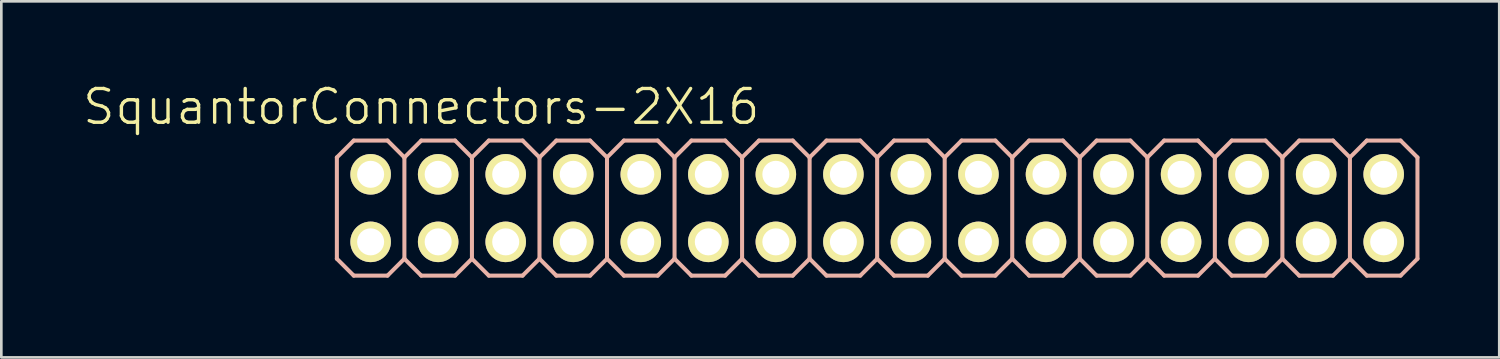
<source format=kicad_pcb>
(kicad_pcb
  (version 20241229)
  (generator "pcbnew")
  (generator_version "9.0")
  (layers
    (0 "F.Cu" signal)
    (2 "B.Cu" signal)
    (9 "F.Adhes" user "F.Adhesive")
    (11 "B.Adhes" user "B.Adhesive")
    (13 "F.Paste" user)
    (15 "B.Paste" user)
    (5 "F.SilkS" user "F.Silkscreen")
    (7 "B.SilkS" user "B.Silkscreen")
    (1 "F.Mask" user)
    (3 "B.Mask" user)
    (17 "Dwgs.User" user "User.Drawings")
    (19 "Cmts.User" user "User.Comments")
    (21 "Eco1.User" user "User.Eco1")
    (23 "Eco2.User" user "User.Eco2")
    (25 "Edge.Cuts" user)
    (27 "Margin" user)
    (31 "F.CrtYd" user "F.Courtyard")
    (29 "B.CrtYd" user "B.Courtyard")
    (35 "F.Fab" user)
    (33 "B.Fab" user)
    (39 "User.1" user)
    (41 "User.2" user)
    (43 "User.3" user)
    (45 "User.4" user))
  (footprint "SquantorConnectors-2X16"
    (layer "F.Cu")
    (at 29.939 4.776)
    (property "Reference" "SquantorConnectors-2X16" (at -17.145 -3.81 0) (layer "F.SilkS") (effects (font (size 1.27 1.27) (thickness 0.127))))
    (attr exclude_from_pos_files exclude_from_bom)
    (fp_line (start -19.304 -1.524) (end -18.796 -1.524) (stroke (width 0.066) (type solid)) (layer "F.SilkS"))
    (fp_line (start -19.304 -1.016) (end -19.304 -1.524) (stroke (width 0.066) (type solid)) (layer "F.SilkS"))
    (fp_line (start -19.304 -1.016) (end -18.796 -1.016) (stroke (width 0.066) (type solid)) (layer "F.SilkS"))
    (fp_line (start -19.304 1.016) (end -18.796 1.016) (stroke (width 0.066) (type solid)) (layer "F.SilkS"))
    (fp_line (start -19.304 1.524) (end -19.304 1.016) (stroke (width 0.066) (type solid)) (layer "F.SilkS"))
    (fp_line (start -19.304 1.524) (end -18.796 1.524) (stroke (width 0.066) (type solid)) (layer "F.SilkS"))
    (fp_line (start -18.796 -1.016) (end -18.796 -1.524) (stroke (width 0.066) (type solid)) (layer "F.SilkS"))
    (fp_line (start -18.796 1.524) (end -18.796 1.016) (stroke (width 0.066) (type solid)) (layer "F.SilkS"))
    (fp_line (start -16.764 -1.524) (end -16.256 -1.524) (stroke (width 0.066) (type solid)) (layer "F.SilkS"))
    (fp_line (start -16.764 -1.016) (end -16.764 -1.524) (stroke (width 0.066) (type solid)) (layer "F.SilkS"))
    (fp_line (start -16.764 -1.016) (end -16.256 -1.016) (stroke (width 0.066) (type solid)) (layer "F.SilkS"))
    (fp_line (start -16.764 1.016) (end -16.256 1.016) (stroke (width 0.066) (type solid)) (layer "F.SilkS"))
    (fp_line (start -16.764 1.524) (end -16.764 1.016) (stroke (width 0.066) (type solid)) (layer "F.SilkS"))
    (fp_line (start -16.764 1.524) (end -16.256 1.524) (stroke (width 0.066) (type solid)) (layer "F.SilkS"))
    (fp_line (start -16.256 -1.016) (end -16.256 -1.524) (stroke (width 0.066) (type solid)) (layer "F.SilkS"))
    (fp_line (start -16.256 1.524) (end -16.256 1.016) (stroke (width 0.066) (type solid)) (layer "F.SilkS"))
    (fp_line (start -14.224 -1.524) (end -13.716 -1.524) (stroke (width 0.066) (type solid)) (layer "F.SilkS"))
    (fp_line (start -14.224 -1.016) (end -14.224 -1.524) (stroke (width 0.066) (type solid)) (layer "F.SilkS"))
    (fp_line (start -14.224 -1.016) (end -13.716 -1.016) (stroke (width 0.066) (type solid)) (layer "F.SilkS"))
    (fp_line (start -14.224 1.016) (end -13.716 1.016) (stroke (width 0.066) (type solid)) (layer "F.SilkS"))
    (fp_line (start -14.224 1.524) (end -14.224 1.016) (stroke (width 0.066) (type solid)) (layer "F.SilkS"))
    (fp_line (start -14.224 1.524) (end -13.716 1.524) (stroke (width 0.066) (type solid)) (layer "F.SilkS"))
    (fp_line (start -13.716 -1.016) (end -13.716 -1.524) (stroke (width 0.066) (type solid)) (layer "F.SilkS"))
    (fp_line (start -13.716 1.524) (end -13.716 1.016) (stroke (width 0.066) (type solid)) (layer "F.SilkS"))
    (fp_line (start -11.684 -1.524) (end -11.176 -1.524) (stroke (width 0.066) (type solid)) (layer "F.SilkS"))
    (fp_line (start -11.684 -1.016) (end -11.684 -1.524) (stroke (width 0.066) (type solid)) (layer "F.SilkS"))
    (fp_line (start -11.684 -1.016) (end -11.176 -1.016) (stroke (width 0.066) (type solid)) (layer "F.SilkS"))
    (fp_line (start -11.684 1.016) (end -11.176 1.016) (stroke (width 0.066) (type solid)) (layer "F.SilkS"))
    (fp_line (start -11.684 1.524) (end -11.684 1.016) (stroke (width 0.066) (type solid)) (layer "F.SilkS"))
    (fp_line (start -11.684 1.524) (end -11.176 1.524) (stroke (width 0.066) (type solid)) (layer "F.SilkS"))
    (fp_line (start -11.176 -1.016) (end -11.176 -1.524) (stroke (width 0.066) (type solid)) (layer "F.SilkS"))
    (fp_line (start -11.176 1.524) (end -11.176 1.016) (stroke (width 0.066) (type solid)) (layer "F.SilkS"))
    (fp_line (start -9.144 -1.524) (end -8.636 -1.524) (stroke (width 0.066) (type solid)) (layer "F.SilkS"))
    (fp_line (start -9.144 -1.016) (end -9.144 -1.524) (stroke (width 0.066) (type solid)) (layer "F.SilkS"))
    (fp_line (start -9.144 -1.016) (end -8.636 -1.016) (stroke (width 0.066) (type solid)) (layer "F.SilkS"))
    (fp_line (start -9.144 1.016) (end -8.636 1.016) (stroke (width 0.066) (type solid)) (layer "F.SilkS"))
    (fp_line (start -9.144 1.524) (end -9.144 1.016) (stroke (width 0.066) (type solid)) (layer "F.SilkS"))
    (fp_line (start -9.144 1.524) (end -8.636 1.524) (stroke (width 0.066) (type solid)) (layer "F.SilkS"))
    (fp_line (start -8.636 -1.016) (end -8.636 -1.524) (stroke (width 0.066) (type solid)) (layer "F.SilkS"))
    (fp_line (start -8.636 1.524) (end -8.636 1.016) (stroke (width 0.066) (type solid)) (layer "F.SilkS"))
    (fp_line (start -6.604 -1.524) (end -6.096 -1.524) (stroke (width 0.066) (type solid)) (layer "F.SilkS"))
    (fp_line (start -6.604 -1.016) (end -6.604 -1.524) (stroke (width 0.066) (type solid)) (layer "F.SilkS"))
    (fp_line (start -6.604 -1.016) (end -6.096 -1.016) (stroke (width 0.066) (type solid)) (layer "F.SilkS"))
    (fp_line (start -6.604 1.016) (end -6.096 1.016) (stroke (width 0.066) (type solid)) (layer "F.SilkS"))
    (fp_line (start -6.604 1.524) (end -6.604 1.016) (stroke (width 0.066) (type solid)) (layer "F.SilkS"))
    (fp_line (start -6.604 1.524) (end -6.096 1.524) (stroke (width 0.066) (type solid)) (layer "F.SilkS"))
    (fp_line (start -6.096 -1.016) (end -6.096 -1.524) (stroke (width 0.066) (type solid)) (layer "F.SilkS"))
    (fp_line (start -6.096 1.524) (end -6.096 1.016) (stroke (width 0.066) (type solid)) (layer "F.SilkS"))
    (fp_line (start -4.064 -1.524) (end -3.556 -1.524) (stroke (width 0.066) (type solid)) (layer "F.SilkS"))
    (fp_line (start -4.064 -1.016) (end -4.064 -1.524) (stroke (width 0.066) (type solid)) (layer "F.SilkS"))
    (fp_line (start -4.064 -1.016) (end -3.556 -1.016) (stroke (width 0.066) (type solid)) (layer "F.SilkS"))
    (fp_line (start -4.064 1.016) (end -3.556 1.016) (stroke (width 0.066) (type solid)) (layer "F.SilkS"))
    (fp_line (start -4.064 1.524) (end -4.064 1.016) (stroke (width 0.066) (type solid)) (layer "F.SilkS"))
    (fp_line (start -4.064 1.524) (end -3.556 1.524) (stroke (width 0.066) (type solid)) (layer "F.SilkS"))
    (fp_line (start -3.556 -1.016) (end -3.556 -1.524) (stroke (width 0.066) (type solid)) (layer "F.SilkS"))
    (fp_line (start -3.556 1.524) (end -3.556 1.016) (stroke (width 0.066) (type solid)) (layer "F.SilkS"))
    (fp_line (start -1.524 -1.524) (end -1.016 -1.524) (stroke (width 0.066) (type solid)) (layer "F.SilkS"))
    (fp_line (start -1.524 -1.016) (end -1.524 -1.524) (stroke (width 0.066) (type solid)) (layer "F.SilkS"))
    (fp_line (start -1.524 -1.016) (end -1.016 -1.016) (stroke (width 0.066) (type solid)) (layer "F.SilkS"))
    (fp_line (start -1.524 1.016) (end -1.016 1.016) (stroke (width 0.066) (type solid)) (layer "F.SilkS"))
    (fp_line (start -1.524 1.524) (end -1.524 1.016) (stroke (width 0.066) (type solid)) (layer "F.SilkS"))
    (fp_line (start -1.524 1.524) (end -1.016 1.524) (stroke (width 0.066) (type solid)) (layer "F.SilkS"))
    (fp_line (start -1.016 -1.016) (end -1.016 -1.524) (stroke (width 0.066) (type solid)) (layer "F.SilkS"))
    (fp_line (start -1.016 1.524) (end -1.016 1.016) (stroke (width 0.066) (type solid)) (layer "F.SilkS"))
    (fp_line (start 1.016 -1.524) (end 1.524 -1.524) (stroke (width 0.066) (type solid)) (layer "F.SilkS"))
    (fp_line (start 1.016 -1.016) (end 1.016 -1.524) (stroke (width 0.066) (type solid)) (layer "F.SilkS"))
    (fp_line (start 1.016 -1.016) (end 1.524 -1.016) (stroke (width 0.066) (type solid)) (layer "F.SilkS"))
    (fp_line (start 1.016 1.016) (end 1.524 1.016) (stroke (width 0.066) (type solid)) (layer "F.SilkS"))
    (fp_line (start 1.016 1.524) (end 1.016 1.016) (stroke (width 0.066) (type solid)) (layer "F.SilkS"))
    (fp_line (start 1.016 1.524) (end 1.524 1.524) (stroke (width 0.066) (type solid)) (layer "F.SilkS"))
    (fp_line (start 1.524 -1.016) (end 1.524 -1.524) (stroke (width 0.066) (type solid)) (layer "F.SilkS"))
    (fp_line (start 1.524 1.524) (end 1.524 1.016) (stroke (width 0.066) (type solid)) (layer "F.SilkS"))
    (fp_line (start 3.556 -1.524) (end 4.064 -1.524) (stroke (width 0.066) (type solid)) (layer "F.SilkS"))
    (fp_line (start 3.556 -1.016) (end 3.556 -1.524) (stroke (width 0.066) (type solid)) (layer "F.SilkS"))
    (fp_line (start 3.556 -1.016) (end 4.064 -1.016) (stroke (width 0.066) (type solid)) (layer "F.SilkS"))
    (fp_line (start 3.556 1.016) (end 4.064 1.016) (stroke (width 0.066) (type solid)) (layer "F.SilkS"))
    (fp_line (start 3.556 1.524) (end 3.556 1.016) (stroke (width 0.066) (type solid)) (layer "F.SilkS"))
    (fp_line (start 3.556 1.524) (end 4.064 1.524) (stroke (width 0.066) (type solid)) (layer "F.SilkS"))
    (fp_line (start 4.064 -1.016) (end 4.064 -1.524) (stroke (width 0.066) (type solid)) (layer "F.SilkS"))
    (fp_line (start 4.064 1.524) (end 4.064 1.016) (stroke (width 0.066) (type solid)) (layer "F.SilkS"))
    (fp_line (start 6.096 -1.524) (end 6.604 -1.524) (stroke (width 0.066) (type solid)) (layer "F.SilkS"))
    (fp_line (start 6.096 -1.016) (end 6.096 -1.524) (stroke (width 0.066) (type solid)) (layer "F.SilkS"))
    (fp_line (start 6.096 -1.016) (end 6.604 -1.016) (stroke (width 0.066) (type solid)) (layer "F.SilkS"))
    (fp_line (start 6.096 1.016) (end 6.604 1.016) (stroke (width 0.066) (type solid)) (layer "F.SilkS"))
    (fp_line (start 6.096 1.524) (end 6.096 1.016) (stroke (width 0.066) (type solid)) (layer "F.SilkS"))
    (fp_line (start 6.096 1.524) (end 6.604 1.524) (stroke (width 0.066) (type solid)) (layer "F.SilkS"))
    (fp_line (start 6.604 -1.016) (end 6.604 -1.524) (stroke (width 0.066) (type solid)) (layer "F.SilkS"))
    (fp_line (start 6.604 1.524) (end 6.604 1.016) (stroke (width 0.066) (type solid)) (layer "F.SilkS"))
    (fp_line (start 8.636 -1.524) (end 9.144 -1.524) (stroke (width 0.066) (type solid)) (layer "F.SilkS"))
    (fp_line (start 8.636 -1.016) (end 8.636 -1.524) (stroke (width 0.066) (type solid)) (layer "F.SilkS"))
    (fp_line (start 8.636 -1.016) (end 9.144 -1.016) (stroke (width 0.066) (type solid)) (layer "F.SilkS"))
    (fp_line (start 8.636 1.016) (end 9.144 1.016) (stroke (width 0.066) (type solid)) (layer "F.SilkS"))
    (fp_line (start 8.636 1.524) (end 8.636 1.016) (stroke (width 0.066) (type solid)) (layer "F.SilkS"))
    (fp_line (start 8.636 1.524) (end 9.144 1.524) (stroke (width 0.066) (type solid)) (layer "F.SilkS"))
    (fp_line (start 9.144 -1.016) (end 9.144 -1.524) (stroke (width 0.066) (type solid)) (layer "F.SilkS"))
    (fp_line (start 9.144 1.524) (end 9.144 1.016) (stroke (width 0.066) (type solid)) (layer "F.SilkS"))
    (fp_line (start 11.176 -1.524) (end 11.684 -1.524) (stroke (width 0.066) (type solid)) (layer "F.SilkS"))
    (fp_line (start 11.176 -1.016) (end 11.176 -1.524) (stroke (width 0.066) (type solid)) (layer "F.SilkS"))
    (fp_line (start 11.176 -1.016) (end 11.684 -1.016) (stroke (width 0.066) (type solid)) (layer "F.SilkS"))
    (fp_line (start 11.176 1.016) (end 11.684 1.016) (stroke (width 0.066) (type solid)) (layer "F.SilkS"))
    (fp_line (start 11.176 1.524) (end 11.176 1.016) (stroke (width 0.066) (type solid)) (layer "F.SilkS"))
    (fp_line (start 11.176 1.524) (end 11.684 1.524) (stroke (width 0.066) (type solid)) (layer "F.SilkS"))
    (fp_line (start 11.684 -1.016) (end 11.684 -1.524) (stroke (width 0.066) (type solid)) (layer "F.SilkS"))
    (fp_line (start 11.684 1.524) (end 11.684 1.016) (stroke (width 0.066) (type solid)) (layer "F.SilkS"))
    (fp_line (start 13.716 -1.524) (end 14.224 -1.524) (stroke (width 0.066) (type solid)) (layer "F.SilkS"))
    (fp_line (start 13.716 -1.016) (end 13.716 -1.524) (stroke (width 0.066) (type solid)) (layer "F.SilkS"))
    (fp_line (start 13.716 -1.016) (end 14.224 -1.016) (stroke (width 0.066) (type solid)) (layer "F.SilkS"))
    (fp_line (start 13.716 1.016) (end 14.224 1.016) (stroke (width 0.066) (type solid)) (layer "F.SilkS"))
    (fp_line (start 13.716 1.524) (end 13.716 1.016) (stroke (width 0.066) (type solid)) (layer "F.SilkS"))
    (fp_line (start 13.716 1.524) (end 14.224 1.524) (stroke (width 0.066) (type solid)) (layer "F.SilkS"))
    (fp_line (start 14.224 -1.016) (end 14.224 -1.524) (stroke (width 0.066) (type solid)) (layer "F.SilkS"))
    (fp_line (start 14.224 1.524) (end 14.224 1.016) (stroke (width 0.066) (type solid)) (layer "F.SilkS"))
    (fp_line (start 16.256 -1.524) (end 16.764 -1.524) (stroke (width 0.066) (type solid)) (layer "F.SilkS"))
    (fp_line (start 16.256 -1.016) (end 16.256 -1.524) (stroke (width 0.066) (type solid)) (layer "F.SilkS"))
    (fp_line (start 16.256 -1.016) (end 16.764 -1.016) (stroke (width 0.066) (type solid)) (layer "F.SilkS"))
    (fp_line (start 16.256 1.016) (end 16.764 1.016) (stroke (width 0.066) (type solid)) (layer "F.SilkS"))
    (fp_line (start 16.256 1.524) (end 16.256 1.016) (stroke (width 0.066) (type solid)) (layer "F.SilkS"))
    (fp_line (start 16.256 1.524) (end 16.764 1.524) (stroke (width 0.066) (type solid)) (layer "F.SilkS"))
    (fp_line (start 16.764 -1.016) (end 16.764 -1.524) (stroke (width 0.066) (type solid)) (layer "F.SilkS"))
    (fp_line (start 16.764 1.524) (end 16.764 1.016) (stroke (width 0.066) (type solid)) (layer "F.SilkS"))
    (fp_line (start 18.796 -1.524) (end 19.304 -1.524) (stroke (width 0.066) (type solid)) (layer "F.SilkS"))
    (fp_line (start 18.796 -1.016) (end 18.796 -1.524) (stroke (width 0.066) (type solid)) (layer "F.SilkS"))
    (fp_line (start 18.796 -1.016) (end 19.304 -1.016) (stroke (width 0.066) (type solid)) (layer "F.SilkS"))
    (fp_line (start 18.796 1.016) (end 19.304 1.016) (stroke (width 0.066) (type solid)) (layer "F.SilkS"))
    (fp_line (start 18.796 1.524) (end 18.796 1.016) (stroke (width 0.066) (type solid)) (layer "F.SilkS"))
    (fp_line (start 18.796 1.524) (end 19.304 1.524) (stroke (width 0.066) (type solid)) (layer "F.SilkS"))
    (fp_line (start 19.304 -1.016) (end 19.304 -1.524) (stroke (width 0.066) (type solid)) (layer "F.SilkS"))
    (fp_line (start 19.304 1.524) (end 19.304 1.016) (stroke (width 0.066) (type solid)) (layer "F.SilkS"))
    (fp_line (start -20.32 -1.905) (end -19.685 -2.54) (stroke (width 0.152) (type solid)) (layer "B.SilkS"))
    (fp_line (start -20.32 1.905) (end -20.32 -1.905) (stroke (width 0.152) (type solid)) (layer "B.SilkS"))
    (fp_line (start -20.32 1.905) (end -19.685 2.54) (stroke (width 0.152) (type solid)) (layer "B.SilkS"))
    (fp_line (start -19.685 -2.54) (end -18.415 -2.54) (stroke (width 0.152) (type solid)) (layer "B.SilkS"))
    (fp_line (start -19.685 2.54) (end -18.415 2.54) (stroke (width 0.152) (type solid)) (layer "B.SilkS"))
    (fp_line (start -18.415 -2.54) (end -17.78 -1.905) (stroke (width 0.152) (type solid)) (layer "B.SilkS"))
    (fp_line (start -18.415 2.54) (end -17.78 1.905) (stroke (width 0.152) (type solid)) (layer "B.SilkS"))
    (fp_line (start -17.78 -1.905) (end -17.78 1.905) (stroke (width 0.152) (type solid)) (layer "B.SilkS"))
    (fp_line (start -17.78 -1.905) (end -17.145 -2.54) (stroke (width 0.152) (type solid)) (layer "B.SilkS"))
    (fp_line (start -17.78 1.905) (end -17.145 2.54) (stroke (width 0.152) (type solid)) (layer "B.SilkS"))
    (fp_line (start -17.145 -2.54) (end -15.875 -2.54) (stroke (width 0.152) (type solid)) (layer "B.SilkS"))
    (fp_line (start -17.145 2.54) (end -15.875 2.54) (stroke (width 0.152) (type solid)) (layer "B.SilkS"))
    (fp_line (start -15.875 -2.54) (end -15.24 -1.905) (stroke (width 0.152) (type solid)) (layer "B.SilkS"))
    (fp_line (start -15.875 2.54) (end -15.24 1.905) (stroke (width 0.152) (type solid)) (layer "B.SilkS"))
    (fp_line (start -15.24 -1.905) (end -15.24 1.905) (stroke (width 0.152) (type solid)) (layer "B.SilkS"))
    (fp_line (start -15.24 -1.905) (end -14.605 -2.54) (stroke (width 0.152) (type solid)) (layer "B.SilkS"))
    (fp_line (start -15.24 1.905) (end -14.605 2.54) (stroke (width 0.152) (type solid)) (layer "B.SilkS"))
    (fp_line (start -14.605 -2.54) (end -13.335 -2.54) (stroke (width 0.152) (type solid)) (layer "B.SilkS"))
    (fp_line (start -14.605 2.54) (end -13.335 2.54) (stroke (width 0.152) (type solid)) (layer "B.SilkS"))
    (fp_line (start -13.335 -2.54) (end -12.7 -1.905) (stroke (width 0.152) (type solid)) (layer "B.SilkS"))
    (fp_line (start -13.335 2.54) (end -12.7 1.905) (stroke (width 0.152) (type solid)) (layer "B.SilkS"))
    (fp_line (start -12.7 -1.905) (end -12.7 1.905) (stroke (width 0.152) (type solid)) (layer "B.SilkS"))
    (fp_line (start -12.7 -1.905) (end -12.065 -2.54) (stroke (width 0.152) (type solid)) (layer "B.SilkS"))
    (fp_line (start -12.7 1.905) (end -12.065 2.54) (stroke (width 0.152) (type solid)) (layer "B.SilkS"))
    (fp_line (start -12.065 -2.54) (end -10.795 -2.54) (stroke (width 0.152) (type solid)) (layer "B.SilkS"))
    (fp_line (start -12.065 2.54) (end -10.795 2.54) (stroke (width 0.152) (type solid)) (layer "B.SilkS"))
    (fp_line (start -10.795 -2.54) (end -10.16 -1.905) (stroke (width 0.152) (type solid)) (layer "B.SilkS"))
    (fp_line (start -10.795 2.54) (end -10.16 1.905) (stroke (width 0.152) (type solid)) (layer "B.SilkS"))
    (fp_line (start -10.16 -1.905) (end -10.16 1.905) (stroke (width 0.152) (type solid)) (layer "B.SilkS"))
    (fp_line (start -10.16 -1.905) (end -9.525 -2.54) (stroke (width 0.152) (type solid)) (layer "B.SilkS"))
    (fp_line (start -10.16 1.905) (end -9.525 2.54) (stroke (width 0.152) (type solid)) (layer "B.SilkS"))
    (fp_line (start -9.525 -2.54) (end -8.255 -2.54) (stroke (width 0.152) (type solid)) (layer "B.SilkS"))
    (fp_line (start -9.525 2.54) (end -8.255 2.54) (stroke (width 0.152) (type solid)) (layer "B.SilkS"))
    (fp_line (start -8.255 -2.54) (end -7.62 -1.905) (stroke (width 0.152) (type solid)) (layer "B.SilkS"))
    (fp_line (start -8.255 2.54) (end -7.62 1.905) (stroke (width 0.152) (type solid)) (layer "B.SilkS"))
    (fp_line (start -7.62 -1.905) (end -7.62 1.905) (stroke (width 0.152) (type solid)) (layer "B.SilkS"))
    (fp_line (start -7.62 -1.905) (end -6.985 -2.54) (stroke (width 0.152) (type solid)) (layer "B.SilkS"))
    (fp_line (start -7.62 1.905) (end -6.985 2.54) (stroke (width 0.152) (type solid)) (layer "B.SilkS"))
    (fp_line (start -6.985 -2.54) (end -5.715 -2.54) (stroke (width 0.152) (type solid)) (layer "B.SilkS"))
    (fp_line (start -6.985 2.54) (end -5.715 2.54) (stroke (width 0.152) (type solid)) (layer "B.SilkS"))
    (fp_line (start -5.715 -2.54) (end -5.08 -1.905) (stroke (width 0.152) (type solid)) (layer "B.SilkS"))
    (fp_line (start -5.715 2.54) (end -5.08 1.905) (stroke (width 0.152) (type solid)) (layer "B.SilkS"))
    (fp_line (start -5.08 -1.905) (end -5.08 1.905) (stroke (width 0.152) (type solid)) (layer "B.SilkS"))
    (fp_line (start -5.08 -1.905) (end -4.445 -2.54) (stroke (width 0.152) (type solid)) (layer "B.SilkS"))
    (fp_line (start -5.08 1.905) (end -4.445 2.54) (stroke (width 0.152) (type solid)) (layer "B.SilkS"))
    (fp_line (start -4.445 -2.54) (end -3.175 -2.54) (stroke (width 0.152) (type solid)) (layer "B.SilkS"))
    (fp_line (start -3.175 -2.54) (end -2.54 -1.905) (stroke (width 0.152) (type solid)) (layer "B.SilkS"))
    (fp_line (start -3.175 2.54) (end -4.445 2.54) (stroke (width 0.152) (type solid)) (layer "B.SilkS"))
    (fp_line (start -2.54 -1.905) (end -2.54 1.905) (stroke (width 0.152) (type solid)) (layer "B.SilkS"))
    (fp_line (start -2.54 -1.905) (end -1.905 -2.54) (stroke (width 0.152) (type solid)) (layer "B.SilkS"))
    (fp_line (start -2.54 1.905) (end -3.175 2.54) (stroke (width 0.152) (type solid)) (layer "B.SilkS"))
    (fp_line (start -2.54 1.905) (end -1.905 2.54) (stroke (width 0.152) (type solid)) (layer "B.SilkS"))
    (fp_line (start -1.905 -2.54) (end -0.635 -2.54) (stroke (width 0.152) (type solid)) (layer "B.SilkS"))
    (fp_line (start -0.635 -2.54) (end 0 -1.905) (stroke (width 0.152) (type solid)) (layer "B.SilkS"))
    (fp_line (start -0.635 2.54) (end -1.905 2.54) (stroke (width 0.152) (type solid)) (layer "B.SilkS"))
    (fp_line (start 0 -1.905) (end 0 1.905) (stroke (width 0.152) (type solid)) (layer "B.SilkS"))
    (fp_line (start 0 -1.905) (end 0.635 -2.54) (stroke (width 0.152) (type solid)) (layer "B.SilkS"))
    (fp_line (start 0 1.905) (end -0.635 2.54) (stroke (width 0.152) (type solid)) (layer "B.SilkS"))
    (fp_line (start 0 1.905) (end 0.635 2.54) (stroke (width 0.152) (type solid)) (layer "B.SilkS"))
    (fp_line (start 0.635 -2.54) (end 1.905 -2.54) (stroke (width 0.152) (type solid)) (layer "B.SilkS"))
    (fp_line (start 1.905 -2.54) (end 2.54 -1.905) (stroke (width 0.152) (type solid)) (layer "B.SilkS"))
    (fp_line (start 1.905 2.54) (end 0.635 2.54) (stroke (width 0.152) (type solid)) (layer "B.SilkS"))
    (fp_line (start 2.54 -1.905) (end 2.54 1.905) (stroke (width 0.152) (type solid)) (layer "B.SilkS"))
    (fp_line (start 2.54 -1.905) (end 3.175 -2.54) (stroke (width 0.152) (type solid)) (layer "B.SilkS"))
    (fp_line (start 2.54 1.905) (end 1.905 2.54) (stroke (width 0.152) (type solid)) (layer "B.SilkS"))
    (fp_line (start 2.54 1.905) (end 3.175 2.54) (stroke (width 0.152) (type solid)) (layer "B.SilkS"))
    (fp_line (start 3.175 -2.54) (end 4.445 -2.54) (stroke (width 0.152) (type solid)) (layer "B.SilkS"))
    (fp_line (start 4.445 -2.54) (end 5.08 -1.905) (stroke (width 0.152) (type solid)) (layer "B.SilkS"))
    (fp_line (start 4.445 2.54) (end 3.175 2.54) (stroke (width 0.152) (type solid)) (layer "B.SilkS"))
    (fp_line (start 5.08 -1.905) (end 5.08 1.905) (stroke (width 0.152) (type solid)) (layer "B.SilkS"))
    (fp_line (start 5.08 -1.905) (end 5.715 -2.54) (stroke (width 0.152) (type solid)) (layer "B.SilkS"))
    (fp_line (start 5.08 1.905) (end 4.445 2.54) (stroke (width 0.152) (type solid)) (layer "B.SilkS"))
    (fp_line (start 5.08 1.905) (end 5.715 2.54) (stroke (width 0.152) (type solid)) (layer "B.SilkS"))
    (fp_line (start 5.715 -2.54) (end 6.985 -2.54) (stroke (width 0.152) (type solid)) (layer "B.SilkS"))
    (fp_line (start 6.985 -2.54) (end 7.62 -1.905) (stroke (width 0.152) (type solid)) (layer "B.SilkS"))
    (fp_line (start 6.985 2.54) (end 5.715 2.54) (stroke (width 0.152) (type solid)) (layer "B.SilkS"))
    (fp_line (start 7.62 -1.905) (end 7.62 1.905) (stroke (width 0.152) (type solid)) (layer "B.SilkS"))
    (fp_line (start 7.62 -1.905) (end 8.255 -2.54) (stroke (width 0.152) (type solid)) (layer "B.SilkS"))
    (fp_line (start 7.62 1.905) (end 6.985 2.54) (stroke (width 0.152) (type solid)) (layer "B.SilkS"))
    (fp_line (start 7.62 1.905) (end 8.255 2.54) (stroke (width 0.152) (type solid)) (layer "B.SilkS"))
    (fp_line (start 8.255 -2.54) (end 9.525 -2.54) (stroke (width 0.152) (type solid)) (layer "B.SilkS"))
    (fp_line (start 9.525 2.54) (end 8.255 2.54) (stroke (width 0.152) (type solid)) (layer "B.SilkS"))
    (fp_line (start 10.16 -1.905) (end 9.525 -2.54) (stroke (width 0.152) (type solid)) (layer "B.SilkS"))
    (fp_line (start 10.16 -1.905) (end 10.16 1.905) (stroke (width 0.152) (type solid)) (layer "B.SilkS"))
    (fp_line (start 10.16 -1.905) (end 10.795 -2.54) (stroke (width 0.152) (type solid)) (layer "B.SilkS"))
    (fp_line (start 10.16 1.905) (end 9.525 2.54) (stroke (width 0.152) (type solid)) (layer "B.SilkS"))
    (fp_line (start 10.16 1.905) (end 10.795 2.54) (stroke (width 0.152) (type solid)) (layer "B.SilkS"))
    (fp_line (start 12.065 -2.54) (end 10.795 -2.54) (stroke (width 0.152) (type solid)) (layer "B.SilkS"))
    (fp_line (start 12.065 -2.54) (end 12.7 -1.905) (stroke (width 0.152) (type solid)) (layer "B.SilkS"))
    (fp_line (start 12.065 2.54) (end 10.795 2.54) (stroke (width 0.152) (type solid)) (layer "B.SilkS"))
    (fp_line (start 12.7 -1.905) (end 12.7 1.905) (stroke (width 0.152) (type solid)) (layer "B.SilkS"))
    (fp_line (start 12.7 -1.905) (end 13.335 -2.54) (stroke (width 0.152) (type solid)) (layer "B.SilkS"))
    (fp_line (start 12.7 1.905) (end 12.065 2.54) (stroke (width 0.152) (type solid)) (layer "B.SilkS"))
    (fp_line (start 12.7 1.905) (end 13.335 2.54) (stroke (width 0.152) (type solid)) (layer "B.SilkS"))
    (fp_line (start 14.605 -2.54) (end 13.335 -2.54) (stroke (width 0.152) (type solid)) (layer "B.SilkS"))
    (fp_line (start 14.605 -2.54) (end 15.24 -1.905) (stroke (width 0.152) (type solid)) (layer "B.SilkS"))
    (fp_line (start 14.605 2.54) (end 13.335 2.54) (stroke (width 0.152) (type solid)) (layer "B.SilkS"))
    (fp_line (start 15.24 -1.905) (end 15.24 1.905) (stroke (width 0.152) (type solid)) (layer "B.SilkS"))
    (fp_line (start 15.24 -1.905) (end 15.875 -2.54) (stroke (width 0.152) (type solid)) (layer "B.SilkS"))
    (fp_line (start 15.24 1.905) (end 14.605 2.54) (stroke (width 0.152) (type solid)) (layer "B.SilkS"))
    (fp_line (start 15.875 2.54) (end 15.24 1.905) (stroke (width 0.152) (type solid)) (layer "B.SilkS"))
    (fp_line (start 15.875 2.54) (end 17.145 2.54) (stroke (width 0.152) (type solid)) (layer "B.SilkS"))
    (fp_line (start 17.145 -2.54) (end 15.875 -2.54) (stroke (width 0.152) (type solid)) (layer "B.SilkS"))
    (fp_line (start 17.145 -2.54) (end 17.78 -1.905) (stroke (width 0.152) (type solid)) (layer "B.SilkS"))
    (fp_line (start 17.78 -1.905) (end 17.78 1.905) (stroke (width 0.152) (type solid)) (layer "B.SilkS"))
    (fp_line (start 17.78 -1.905) (end 18.415 -2.54) (stroke (width 0.152) (type solid)) (layer "B.SilkS"))
    (fp_line (start 17.78 1.905) (end 17.145 2.54) (stroke (width 0.152) (type solid)) (layer "B.SilkS"))
    (fp_line (start 18.415 2.54) (end 17.78 1.905) (stroke (width 0.152) (type solid)) (layer "B.SilkS"))
    (fp_line (start 18.415 2.54) (end 19.685 2.54) (stroke (width 0.152) (type solid)) (layer "B.SilkS"))
    (fp_line (start 19.685 -2.54) (end 18.415 -2.54) (stroke (width 0.152) (type solid)) (layer "B.SilkS"))
    (fp_line (start 19.685 -2.54) (end 20.32 -1.905) (stroke (width 0.152) (type solid)) (layer "B.SilkS"))
    (fp_line (start 20.32 -1.905) (end 20.32 1.905) (stroke (width 0.152) (type solid)) (layer "B.SilkS"))
    (fp_line (start 20.32 1.905) (end 19.685 2.54) (stroke (width 0.152) (type solid)) (layer "B.SilkS"))
    (pad "1" thru_hole circle (at -19.05 1.27) (size 1.524 1.524) (drill 1.016) (layers "*.Cu" "F.Mask" "F.SilkS" "F.Paste"))
    (pad "2" thru_hole circle (at -19.05 -1.27) (size 1.524 1.524) (drill 1.016) (layers "*.Cu" "F.Mask" "F.SilkS" "F.Paste"))
    (pad "3" thru_hole circle (at -16.51 1.27) (size 1.524 1.524) (drill 1.016) (layers "*.Cu" "F.Mask" "F.SilkS" "F.Paste"))
    (pad "4" thru_hole circle (at -16.51 -1.27) (size 1.524 1.524) (drill 1.016) (layers "*.Cu" "F.Mask" "F.SilkS" "F.Paste"))
    (pad "5" thru_hole circle (at -13.97 1.27) (size 1.524 1.524) (drill 1.016) (layers "*.Cu" "F.Mask" "F.SilkS" "F.Paste"))
    (pad "6" thru_hole circle (at -13.97 -1.27) (size 1.524 1.524) (drill 1.016) (layers "*.Cu" "F.Mask" "F.SilkS" "F.Paste"))
    (pad "7" thru_hole circle (at -11.43 1.27) (size 1.524 1.524) (drill 1.016) (layers "*.Cu" "F.Mask" "F.SilkS" "F.Paste"))
    (pad "8" thru_hole circle (at -11.43 -1.27) (size 1.524 1.524) (drill 1.016) (layers "*.Cu" "F.Mask" "F.SilkS" "F.Paste"))
    (pad "9" thru_hole circle (at -8.89 1.27) (size 1.524 1.524) (drill 1.016) (layers "*.Cu" "F.Mask" "F.SilkS" "F.Paste"))
    (pad "10" thru_hole circle (at -8.89 -1.27) (size 1.524 1.524) (drill 1.016) (layers "*.Cu" "F.Mask" "F.SilkS" "F.Paste"))
    (pad "11" thru_hole circle (at -6.35 1.27) (size 1.524 1.524) (drill 1.016) (layers "*.Cu" "F.Mask" "F.SilkS" "F.Paste"))
    (pad "12" thru_hole circle (at -6.35 -1.27) (size 1.524 1.524) (drill 1.016) (layers "*.Cu" "F.Mask" "F.SilkS" "F.Paste"))
    (pad "13" thru_hole circle (at -3.81 1.27) (size 1.524 1.524) (drill 1.016) (layers "*.Cu" "F.Mask" "F.SilkS" "F.Paste"))
    (pad "14" thru_hole circle (at -3.81 -1.27) (size 1.524 1.524) (drill 1.016) (layers "*.Cu" "F.Mask" "F.SilkS" "F.Paste"))
    (pad "15" thru_hole circle (at -1.27 1.27) (size 1.524 1.524) (drill 1.016) (layers "*.Cu" "F.Mask" "F.SilkS" "F.Paste"))
    (pad "16" thru_hole circle (at -1.27 -1.27) (size 1.524 1.524) (drill 1.016) (layers "*.Cu" "F.Mask" "F.SilkS" "F.Paste"))
    (pad "17" thru_hole circle (at 1.27 1.27) (size 1.524 1.524) (drill 1.016) (layers "*.Cu" "F.Mask" "F.SilkS" "F.Paste"))
    (pad "18" thru_hole circle (at 1.27 -1.27) (size 1.524 1.524) (drill 1.016) (layers "*.Cu" "F.Mask" "F.SilkS" "F.Paste"))
    (pad "19" thru_hole circle (at 3.81 1.27) (size 1.524 1.524) (drill 1.016) (layers "*.Cu" "F.Mask" "F.SilkS" "F.Paste"))
    (pad "20" thru_hole circle (at 3.81 -1.27) (size 1.524 1.524) (drill 1.016) (layers "*.Cu" "F.Mask" "F.SilkS" "F.Paste"))
    (pad "21" thru_hole circle (at 6.35 1.27) (size 1.524 1.524) (drill 1.016) (layers "*.Cu" "F.Mask" "F.SilkS" "F.Paste"))
    (pad "22" thru_hole circle (at 6.35 -1.27) (size 1.524 1.524) (drill 1.016) (layers "*.Cu" "F.Mask" "F.SilkS" "F.Paste"))
    (pad "23" thru_hole circle (at 8.89 1.27) (size 1.524 1.524) (drill 1.016) (layers "*.Cu" "F.Mask" "F.SilkS" "F.Paste"))
    (pad "24" thru_hole circle (at 8.89 -1.27) (size 1.524 1.524) (drill 1.016) (layers "*.Cu" "F.Mask" "F.SilkS" "F.Paste"))
    (pad "25" thru_hole circle (at 11.43 1.27) (size 1.524 1.524) (drill 1.016) (layers "*.Cu" "F.Mask" "F.SilkS" "F.Paste"))
    (pad "26" thru_hole circle (at 11.43 -1.27) (size 1.524 1.524) (drill 1.016) (layers "*.Cu" "F.Mask" "F.SilkS" "F.Paste"))
    (pad "27" thru_hole circle (at 13.97 1.27) (size 1.524 1.524) (drill 1.016) (layers "*.Cu" "F.Mask" "F.SilkS" "F.Paste"))
    (pad "28" thru_hole circle (at 13.97 -1.27) (size 1.524 1.524) (drill 1.016) (layers "*.Cu" "F.Mask" "F.SilkS" "F.Paste"))
    (pad "29" thru_hole circle (at 16.51 1.27) (size 1.524 1.524) (drill 1.016) (layers "*.Cu" "F.Mask" "F.SilkS" "F.Paste"))
    (pad "30" thru_hole circle (at 16.51 -1.27) (size 1.524 1.524) (drill 1.016) (layers "*.Cu" "F.Mask" "F.SilkS" "F.Paste"))
    (pad "31" thru_hole circle (at 19.05 1.27) (size 1.524 1.524) (drill 1.016) (layers "*.Cu" "F.Mask" "F.SilkS" "F.Paste"))
    (pad "32" thru_hole circle (at 19.05 -1.27) (size 1.524 1.524) (drill 1.016) (layers "*.Cu" "F.Mask" "F.SilkS" "F.Paste")))
  (gr_rect
    (start -3 -3)
    (end 53.335 10.392)
    (stroke (width 0.1) (type default))
    (fill no)
    (layer "Edge.Cuts")))
</source>
